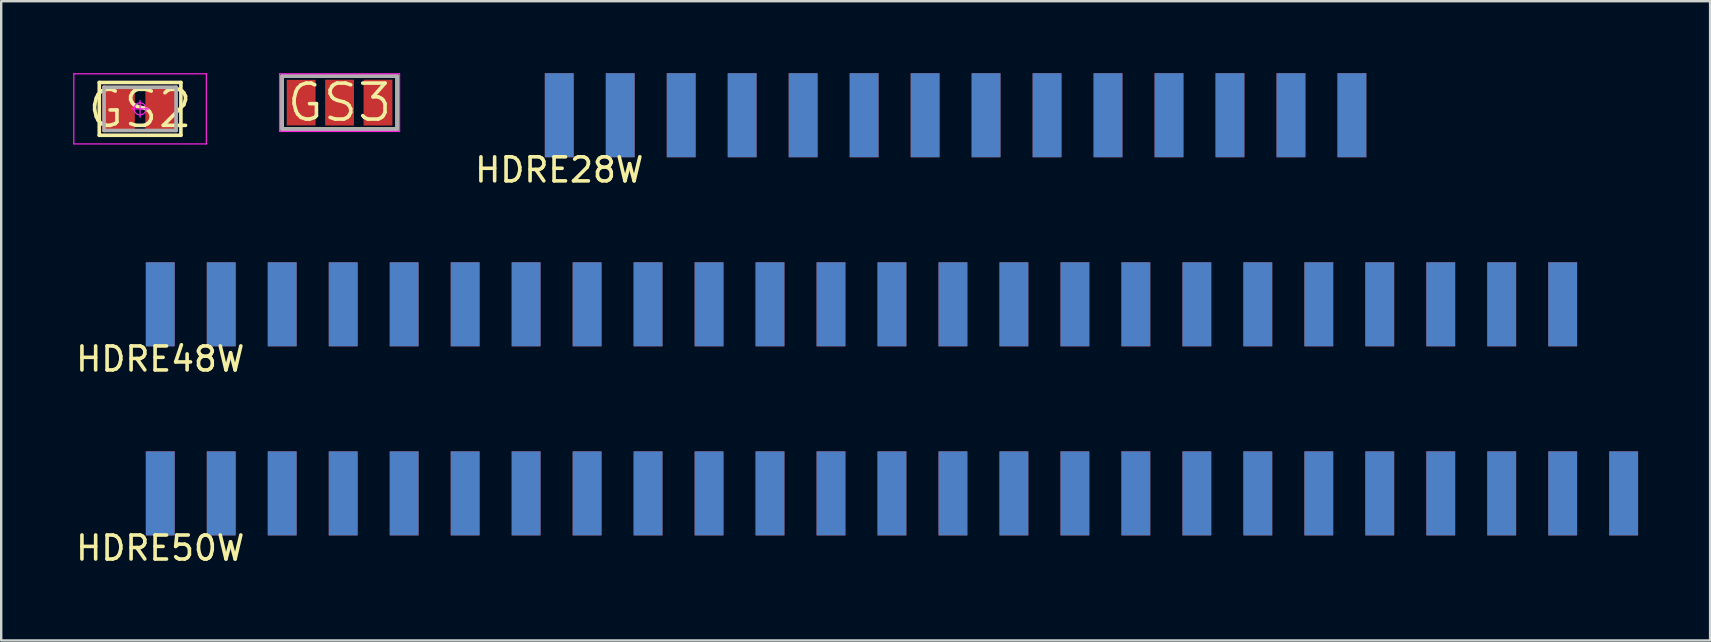
<source format=kicad_pcb>
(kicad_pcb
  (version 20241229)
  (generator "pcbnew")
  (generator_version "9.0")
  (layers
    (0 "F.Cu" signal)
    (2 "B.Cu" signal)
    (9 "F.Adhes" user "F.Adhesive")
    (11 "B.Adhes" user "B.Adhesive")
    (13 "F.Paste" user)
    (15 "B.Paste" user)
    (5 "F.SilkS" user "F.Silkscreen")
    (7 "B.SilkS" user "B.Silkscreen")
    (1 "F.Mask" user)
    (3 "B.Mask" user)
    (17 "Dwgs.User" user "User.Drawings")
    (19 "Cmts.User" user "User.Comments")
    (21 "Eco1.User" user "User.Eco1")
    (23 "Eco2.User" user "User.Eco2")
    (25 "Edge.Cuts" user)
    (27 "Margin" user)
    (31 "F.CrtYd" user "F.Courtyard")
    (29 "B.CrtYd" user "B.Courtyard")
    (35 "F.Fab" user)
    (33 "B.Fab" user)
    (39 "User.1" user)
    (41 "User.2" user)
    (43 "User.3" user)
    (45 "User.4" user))
  (footprint "GS2"
    (layer "F.Cu")
    (at 2.785 1.485)
    (property "Reference" "GS2" (at 0 0 0) (layer "F.SilkS") (effects (font (size 1.5 1.5) (thickness 0.15))))
    (attr smd)
    (fp_line (start -1.7 -1.1) (end -1.7 1.1) (stroke (width 0.15) (type solid)) (layer "F.SilkS"))
    (fp_line (start -1.7 1.1) (end 1.7 1.1) (stroke (width 0.15) (type solid)) (layer "F.SilkS"))
    (fp_line (start 1.7 -1.1) (end -1.7 -1.1) (stroke (width 0.15) (type solid)) (layer "F.SilkS"))
    (fp_line (start 1.7 1.1) (end 1.7 -1.1) (stroke (width 0.15) (type solid)) (layer "F.SilkS"))
    (fp_line (start -2.76 -1.46) (end 2.76 -1.46) (stroke (width 0.05) (type solid)) (layer "F.CrtYd"))
    (fp_line (start -2.76 1.46) (end -2.76 -1.46) (stroke (width 0.05) (type solid)) (layer "F.CrtYd"))
    (fp_line (start 0 -0.35) (end 0 0.35) (stroke (width 0.05) (type solid)) (layer "F.CrtYd"))
    (fp_line (start 0.35 0) (end -0.35 0) (stroke (width 0.05) (type solid)) (layer "F.CrtYd"))
    (fp_line (start 2.76 -1.46) (end 2.76 1.46) (stroke (width 0.05) (type solid)) (layer "F.CrtYd"))
    (fp_line (start 2.76 1.46) (end -2.76 1.46) (stroke (width 0.05) (type solid)) (layer "F.CrtYd"))
    (fp_circle (center 0 0) (end 0 0.25) (stroke (width 0.05) (type solid)) (fill no) (layer "F.CrtYd"))
    (fp_line (start -1.5 -0.9) (end -1.5 0.9) (stroke (width 0.15) (type solid)) (layer "F.Fab"))
    (fp_line (start -1.5 0.9) (end 1.5 0.9) (stroke (width 0.15) (type solid)) (layer "F.Fab"))
    (fp_line (start 1.5 -0.9) (end -1.5 -0.9) (stroke (width 0.15) (type solid)) (layer "F.Fab"))
    (fp_line (start 1.5 0.9) (end 1.5 -0.9) (stroke (width 0.15) (type solid)) (layer "F.Fab"))
    (pad "1" smd rect (at -0.9 0) (size 1.36 1.92) (layers "F.Cu" "F.Mask"))
    (pad "2" smd rect (at 0.9 0) (size 1.36 1.92) (layers "F.Cu" "F.Mask")))
  (footprint "HDRE28W"
    (layer "F.Cu")
    (at 36.755 3.528)
    (property "Reference" "HDRE28W" (at -16.51 0.5 0) (layer "F.SilkS") (effects (font (size 1 1) (thickness 0.15))))
    (attr through_hole)
    (pad "1" smd rect (at -16.51 -1.778) (size 1.2 3.5) (layers "F.Cu" "F.Mask" "F.Paste"))
    (pad "2" smd rect (at -16.51 -1.778) (size 1.2 3.5) (layers "B.Cu" "B.Mask" "B.Paste"))
    (pad "3" smd rect (at -13.97 -1.778) (size 1.2 3.5) (layers "F.Cu" "F.Mask" "F.Paste"))
    (pad "4" smd rect (at -13.97 -1.778) (size 1.2 3.5) (layers "B.Cu" "B.Mask" "B.Paste"))
    (pad "5" smd rect (at -11.43 -1.778) (size 1.2 3.5) (layers "F.Cu" "F.Mask" "F.Paste"))
    (pad "6" smd rect (at -11.43 -1.778) (size 1.2 3.5) (layers "B.Cu" "B.Mask" "B.Paste"))
    (pad "7" smd rect (at -8.89 -1.778) (size 1.2 3.5) (layers "F.Cu" "F.Mask" "F.Paste"))
    (pad "8" smd rect (at -8.89 -1.778) (size 1.2 3.5) (layers "B.Cu" "B.Mask" "B.Paste"))
    (pad "9" smd rect (at -6.35 -1.778) (size 1.2 3.5) (layers "F.Cu" "F.Mask" "F.Paste"))
    (pad "10" smd rect (at -6.35 -1.778) (size 1.2 3.5) (layers "B.Cu" "B.Mask" "B.Paste"))
    (pad "11" smd rect (at -3.81 -1.778) (size 1.2 3.5) (layers "F.Cu" "F.Mask" "F.Paste"))
    (pad "12" smd rect (at -3.81 -1.778) (size 1.2 3.5) (layers "B.Cu" "B.Mask" "B.Paste"))
    (pad "13" smd rect (at -1.27 -1.778) (size 1.2 3.5) (layers "F.Cu" "F.Mask" "F.Paste"))
    (pad "14" smd rect (at -1.27 -1.778) (size 1.2 3.5) (layers "B.Cu" "B.Mask" "B.Paste"))
    (pad "15" smd rect (at 1.27 -1.778) (size 1.2 3.5) (layers "F.Cu" "F.Mask" "F.Paste"))
    (pad "16" smd rect (at 1.27 -1.778) (size 1.2 3.5) (layers "B.Cu" "B.Mask" "B.Paste"))
    (pad "17" smd rect (at 3.81 -1.778) (size 1.2 3.5) (layers "F.Cu" "F.Mask" "F.Paste"))
    (pad "18" smd rect (at 3.81 -1.778) (size 1.2 3.5) (layers "B.Cu" "B.Mask" "B.Paste"))
    (pad "19" smd rect (at 6.35 -1.778) (size 1.2 3.5) (layers "F.Cu" "F.Mask" "F.Paste"))
    (pad "20" smd rect (at 6.35 -1.778) (size 1.2 3.5) (layers "B.Cu" "B.Mask" "B.Paste"))
    (pad "21" smd rect (at 8.89 -1.778) (size 1.2 3.5) (layers "F.Cu" "F.Mask" "F.Paste"))
    (pad "22" smd rect (at 8.89 -1.778) (size 1.2 3.5) (layers "B.Cu" "B.Mask" "B.Paste"))
    (pad "23" smd rect (at 11.43 -1.778) (size 1.2 3.5) (layers "F.Cu" "F.Mask" "F.Paste"))
    (pad "24" smd rect (at 11.43 -1.778) (size 1.2 3.5) (layers "B.Cu" "B.Mask" "B.Paste"))
    (pad "25" smd rect (at 13.97 -1.778) (size 1.2 3.5) (layers "F.Cu" "F.Mask" "F.Paste"))
    (pad "26" smd rect (at 13.97 -1.778) (size 1.2 3.5) (layers "B.Cu" "B.Mask" "B.Paste"))
    (pad "27" smd rect (at 16.51 -1.778) (size 1.2 3.5) (layers "F.Cu" "F.Mask" "F.Paste"))
    (pad "28" smd rect (at 16.51 -1.778) (size 1.2 3.5) (layers "B.Cu" "B.Mask" "B.Paste")))
  (footprint "GS3"
    (layer "F.Cu")
    (at 11.095 1.225)
    (property "Reference" "GS3" (at 0 0 0) (layer "F.SilkS") (effects (font (size 1.5 1.5) (thickness 0.15))))
    (attr smd)
    (fp_line (start -2.4 -1.1) (end -2.4 1.1) (stroke (width 0.15) (type solid)) (layer "F.SilkS"))
    (fp_line (start -2.4 1.1) (end 2.4 1.1) (stroke (width 0.15) (type solid)) (layer "F.SilkS"))
    (fp_line (start 2.4 -1.1) (end -2.4 -1.1) (stroke (width 0.15) (type solid)) (layer "F.SilkS"))
    (fp_line (start 2.4 1.1) (end 2.4 -1.1) (stroke (width 0.15) (type solid)) (layer "F.SilkS"))
    (fp_line (start -2.5 -1.2) (end 2.5 -1.2) (stroke (width 0.05) (type solid)) (layer "F.CrtYd"))
    (fp_line (start -2.5 1.2) (end -2.5 -1.2) (stroke (width 0.05) (type solid)) (layer "F.CrtYd"))
    (fp_line (start 2.5 -1.2) (end 2.5 1.2) (stroke (width 0.05) (type solid)) (layer "F.CrtYd"))
    (fp_line (start 2.5 1.2) (end -2.5 1.2) (stroke (width 0.05) (type solid)) (layer "F.CrtYd"))
    (fp_line (start -2.4 -1.1) (end -2.4 1.1) (stroke (width 0.15) (type solid)) (layer "F.Fab"))
    (fp_line (start -2.4 1.1) (end 2.4 1.1) (stroke (width 0.15) (type solid)) (layer "F.Fab"))
    (fp_line (start 2.4 -1.1) (end -2.4 -1.1) (stroke (width 0.15) (type solid)) (layer "F.Fab"))
    (fp_line (start 2.4 1.1) (end 2.4 -1.1) (stroke (width 0.15) (type solid)) (layer "F.Fab"))
    (pad "1" smd rect (at -1.6 0) (size 1.2 1.9) (layers "F.Cu" "F.Mask"))
    (pad "2" smd rect (at 0 0) (size 1.2 1.91) (layers "F.Cu" "F.Mask"))
    (pad "3" smd rect (at 1.6 0) (size 1.2 1.91) (layers "F.Cu" "F.Mask")))
  (footprint "HDRE50W"
    (layer "F.Cu")
    (at 34.105 19.28)
    (property "Reference" "HDRE50W" (at -30.48 0.5 0) (layer "F.SilkS") (effects (font (size 1 1) (thickness 0.15))))
    (attr through_hole)
    (pad "1" smd rect (at -30.48 -1.778) (size 1.2 3.5) (layers "F.Cu" "F.Mask" "F.Paste"))
    (pad "2" smd rect (at -30.48 -1.778) (size 1.2 3.5) (layers "B.Cu" "B.Mask" "B.Paste"))
    (pad "3" smd rect (at -27.94 -1.778) (size 1.2 3.5) (layers "F.Cu" "F.Mask" "F.Paste"))
    (pad "4" smd rect (at -27.94 -1.778) (size 1.2 3.5) (layers "B.Cu" "B.Mask" "B.Paste"))
    (pad "5" smd rect (at -25.4 -1.778) (size 1.2 3.5) (layers "F.Cu" "F.Mask" "F.Paste"))
    (pad "6" smd rect (at -25.4 -1.778) (size 1.2 3.5) (layers "B.Cu" "B.Mask" "B.Paste"))
    (pad "7" smd rect (at -22.86 -1.778) (size 1.2 3.5) (layers "F.Cu" "F.Mask" "F.Paste"))
    (pad "8" smd rect (at -22.86 -1.778) (size 1.2 3.5) (layers "B.Cu" "B.Mask" "B.Paste"))
    (pad "9" smd rect (at -20.32 -1.778) (size 1.2 3.5) (layers "F.Cu" "F.Mask" "F.Paste"))
    (pad "10" smd rect (at -20.32 -1.778) (size 1.2 3.5) (layers "B.Cu" "B.Mask" "B.Paste"))
    (pad "11" smd rect (at -17.78 -1.778) (size 1.2 3.5) (layers "F.Cu" "F.Mask" "F.Paste"))
    (pad "12" smd rect (at -17.78 -1.778) (size 1.2 3.5) (layers "B.Cu" "B.Mask" "B.Paste"))
    (pad "13" smd rect (at -15.24 -1.778) (size 1.2 3.5) (layers "F.Cu" "F.Mask" "F.Paste"))
    (pad "14" smd rect (at -15.24 -1.778) (size 1.2 3.5) (layers "B.Cu" "B.Mask" "B.Paste"))
    (pad "15" smd rect (at -12.7 -1.778) (size 1.2 3.5) (layers "F.Cu" "F.Mask" "F.Paste"))
    (pad "16" smd rect (at -12.7 -1.778) (size 1.2 3.5) (layers "B.Cu" "B.Mask" "B.Paste"))
    (pad "17" smd rect (at -10.16 -1.778) (size 1.2 3.5) (layers "F.Cu" "F.Mask" "F.Paste"))
    (pad "18" smd rect (at -10.16 -1.778) (size 1.2 3.5) (layers "B.Cu" "B.Mask" "B.Paste"))
    (pad "19" smd rect (at -7.62 -1.778) (size 1.2 3.5) (layers "F.Cu" "F.Mask" "F.Paste"))
    (pad "20" smd rect (at -7.62 -1.778) (size 1.2 3.5) (layers "B.Cu" "B.Mask" "B.Paste"))
    (pad "21" smd rect (at -5.08 -1.778) (size 1.2 3.5) (layers "F.Cu" "F.Mask" "F.Paste"))
    (pad "22" smd rect (at -5.08 -1.778) (size 1.2 3.5) (layers "B.Cu" "B.Mask" "B.Paste"))
    (pad "23" smd rect (at -2.54 -1.778) (size 1.2 3.5) (layers "F.Cu" "F.Mask" "F.Paste"))
    (pad "24" smd rect (at -2.54 -1.778) (size 1.2 3.5) (layers "B.Cu" "B.Mask" "B.Paste"))
    (pad "25" smd rect (at 0 -1.778) (size 1.2 3.5) (layers "F.Cu" "F.Mask" "F.Paste"))
    (pad "26" smd rect (at 0 -1.778) (size 1.2 3.5) (layers "B.Cu" "B.Mask" "B.Paste"))
    (pad "27" smd rect (at 2.54 -1.778) (size 1.2 3.5) (layers "F.Cu" "F.Mask" "F.Paste"))
    (pad "28" smd rect (at 2.54 -1.778) (size 1.2 3.5) (layers "B.Cu" "B.Mask" "B.Paste"))
    (pad "29" smd rect (at 5.08 -1.778) (size 1.2 3.5) (layers "F.Cu" "F.Mask" "F.Paste"))
    (pad "30" smd rect (at 5.08 -1.778) (size 1.2 3.5) (layers "B.Cu" "B.Mask" "B.Paste"))
    (pad "31" smd rect (at 7.62 -1.778) (size 1.2 3.5) (layers "F.Cu" "F.Mask" "F.Paste"))
    (pad "32" smd rect (at 7.62 -1.778) (size 1.2 3.5) (layers "B.Cu" "B.Mask" "B.Paste"))
    (pad "33" smd rect (at 10.16 -1.778) (size 1.2 3.5) (layers "F.Cu" "F.Mask" "F.Paste"))
    (pad "34" smd rect (at 10.16 -1.778) (size 1.2 3.5) (layers "B.Cu" "B.Mask" "B.Paste"))
    (pad "35" smd rect (at 12.7 -1.778) (size 1.2 3.5) (layers "F.Cu" "F.Mask" "F.Paste"))
    (pad "36" smd rect (at 12.7 -1.778) (size 1.2 3.5) (layers "B.Cu" "B.Mask" "B.Paste"))
    (pad "37" smd rect (at 15.24 -1.778) (size 1.2 3.5) (layers "F.Cu" "F.Mask" "F.Paste"))
    (pad "38" smd rect (at 15.24 -1.778) (size 1.2 3.5) (layers "B.Cu" "B.Mask" "B.Paste"))
    (pad "39" smd rect (at 17.78 -1.778) (size 1.2 3.5) (layers "F.Cu" "F.Mask" "F.Paste"))
    (pad "40" smd rect (at 17.78 -1.778) (size 1.2 3.5) (layers "B.Cu" "B.Mask" "B.Paste"))
    (pad "41" smd rect (at 20.32 -1.778) (size 1.2 3.5) (layers "F.Cu" "F.Mask" "F.Paste"))
    (pad "42" smd rect (at 20.32 -1.778) (size 1.2 3.5) (layers "B.Cu" "B.Mask" "B.Paste"))
    (pad "43" smd rect (at 22.86 -1.778) (size 1.2 3.5) (layers "F.Cu" "F.Mask" "F.Paste"))
    (pad "44" smd rect (at 22.86 -1.778) (size 1.2 3.5) (layers "B.Cu" "B.Mask" "B.Paste"))
    (pad "45" smd rect (at 25.4 -1.778) (size 1.2 3.5) (layers "F.Cu" "F.Mask" "F.Paste"))
    (pad "46" smd rect (at 25.4 -1.778) (size 1.2 3.5) (layers "B.Cu" "B.Mask" "B.Paste"))
    (pad "47" smd rect (at 27.94 -1.778) (size 1.2 3.5) (layers "F.Cu" "F.Mask" "F.Paste"))
    (pad "48" smd rect (at 27.94 -1.778) (size 1.2 3.5) (layers "B.Cu" "B.Mask" "B.Paste"))
    (pad "49" smd rect (at 30.48 -1.778) (size 1.2 3.5) (layers "F.Cu" "F.Mask" "F.Paste"))
    (pad "50" smd rect (at 30.48 -1.778) (size 1.2 3.5) (layers "B.Cu" "B.Mask" "B.Paste")))
  (footprint "HDRE48W"
    (layer "F.Cu")
    (at 32.835 11.404)
    (property "Reference" "HDRE48W" (at -29.21 0.5 0) (layer "F.SilkS") (effects (font (size 1 1) (thickness 0.15))))
    (attr through_hole)
    (pad "1" smd rect (at -29.21 -1.778) (size 1.2 3.5) (layers "F.Cu" "F.Mask" "F.Paste"))
    (pad "2" smd rect (at -29.21 -1.778) (size 1.2 3.5) (layers "B.Cu" "B.Mask" "B.Paste"))
    (pad "3" smd rect (at -26.67 -1.778) (size 1.2 3.5) (layers "F.Cu" "F.Mask" "F.Paste"))
    (pad "4" smd rect (at -26.67 -1.778) (size 1.2 3.5) (layers "B.Cu" "B.Mask" "B.Paste"))
    (pad "5" smd rect (at -24.13 -1.778) (size 1.2 3.5) (layers "F.Cu" "F.Mask" "F.Paste"))
    (pad "6" smd rect (at -24.13 -1.778) (size 1.2 3.5) (layers "B.Cu" "B.Mask" "B.Paste"))
    (pad "7" smd rect (at -21.59 -1.778) (size 1.2 3.5) (layers "F.Cu" "F.Mask" "F.Paste"))
    (pad "8" smd rect (at -21.59 -1.778) (size 1.2 3.5) (layers "B.Cu" "B.Mask" "B.Paste"))
    (pad "9" smd rect (at -19.05 -1.778) (size 1.2 3.5) (layers "F.Cu" "F.Mask" "F.Paste"))
    (pad "10" smd rect (at -19.05 -1.778) (size 1.2 3.5) (layers "B.Cu" "B.Mask" "B.Paste"))
    (pad "11" smd rect (at -16.51 -1.778) (size 1.2 3.5) (layers "F.Cu" "F.Mask" "F.Paste"))
    (pad "12" smd rect (at -16.51 -1.778) (size 1.2 3.5) (layers "B.Cu" "B.Mask" "B.Paste"))
    (pad "13" smd rect (at -13.97 -1.778) (size 1.2 3.5) (layers "F.Cu" "F.Mask" "F.Paste"))
    (pad "14" smd rect (at -13.97 -1.778) (size 1.2 3.5) (layers "B.Cu" "B.Mask" "B.Paste"))
    (pad "15" smd rect (at -11.43 -1.778) (size 1.2 3.5) (layers "F.Cu" "F.Mask" "F.Paste"))
    (pad "16" smd rect (at -11.43 -1.778) (size 1.2 3.5) (layers "B.Cu" "B.Mask" "B.Paste"))
    (pad "17" smd rect (at -8.89 -1.778) (size 1.2 3.5) (layers "F.Cu" "F.Mask" "F.Paste"))
    (pad "18" smd rect (at -8.89 -1.778) (size 1.2 3.5) (layers "B.Cu" "B.Mask" "B.Paste"))
    (pad "19" smd rect (at -6.35 -1.778) (size 1.2 3.5) (layers "F.Cu" "F.Mask" "F.Paste"))
    (pad "20" smd rect (at -6.35 -1.778) (size 1.2 3.5) (layers "B.Cu" "B.Mask" "B.Paste"))
    (pad "21" smd rect (at -3.81 -1.778) (size 1.2 3.5) (layers "F.Cu" "F.Mask" "F.Paste"))
    (pad "22" smd rect (at -3.81 -1.778) (size 1.2 3.5) (layers "B.Cu" "B.Mask" "B.Paste"))
    (pad "23" smd rect (at -1.27 -1.778) (size 1.2 3.5) (layers "F.Cu" "F.Mask" "F.Paste"))
    (pad "24" smd rect (at -1.27 -1.778) (size 1.2 3.5) (layers "B.Cu" "B.Mask" "B.Paste"))
    (pad "25" smd rect (at 1.27 -1.778) (size 1.2 3.5) (layers "F.Cu" "F.Mask" "F.Paste"))
    (pad "26" smd rect (at 1.27 -1.778) (size 1.2 3.5) (layers "B.Cu" "B.Mask" "B.Paste"))
    (pad "27" smd rect (at 3.81 -1.778) (size 1.2 3.5) (layers "F.Cu" "F.Mask" "F.Paste"))
    (pad "28" smd rect (at 3.81 -1.778) (size 1.2 3.5) (layers "B.Cu" "B.Mask" "B.Paste"))
    (pad "29" smd rect (at 6.35 -1.778) (size 1.2 3.5) (layers "F.Cu" "F.Mask" "F.Paste"))
    (pad "30" smd rect (at 6.35 -1.778) (size 1.2 3.5) (layers "B.Cu" "B.Mask" "B.Paste"))
    (pad "31" smd rect (at 8.89 -1.778) (size 1.2 3.5) (layers "F.Cu" "F.Mask" "F.Paste"))
    (pad "32" smd rect (at 8.89 -1.778) (size 1.2 3.5) (layers "B.Cu" "B.Mask" "B.Paste"))
    (pad "33" smd rect (at 11.43 -1.778) (size 1.2 3.5) (layers "F.Cu" "F.Mask" "F.Paste"))
    (pad "34" smd rect (at 11.43 -1.778) (size 1.2 3.5) (layers "B.Cu" "B.Mask" "B.Paste"))
    (pad "35" smd rect (at 13.97 -1.778) (size 1.2 3.5) (layers "F.Cu" "F.Mask" "F.Paste"))
    (pad "36" smd rect (at 13.97 -1.778) (size 1.2 3.5) (layers "B.Cu" "B.Mask" "B.Paste"))
    (pad "37" smd rect (at 16.51 -1.778) (size 1.2 3.5) (layers "F.Cu" "F.Mask" "F.Paste"))
    (pad "38" smd rect (at 16.51 -1.778) (size 1.2 3.5) (layers "B.Cu" "B.Mask" "B.Paste"))
    (pad "39" smd rect (at 19.05 -1.778) (size 1.2 3.5) (layers "F.Cu" "F.Mask" "F.Paste"))
    (pad "40" smd rect (at 19.05 -1.778) (size 1.2 3.5) (layers "B.Cu" "B.Mask" "B.Paste"))
    (pad "41" smd rect (at 21.59 -1.778) (size 1.2 3.5) (layers "F.Cu" "F.Mask" "F.Paste"))
    (pad "42" smd rect (at 21.59 -1.778) (size 1.2 3.5) (layers "B.Cu" "B.Mask" "B.Paste"))
    (pad "43" smd rect (at 24.13 -1.778) (size 1.2 3.5) (layers "F.Cu" "F.Mask" "F.Paste"))
    (pad "44" smd rect (at 24.13 -1.778) (size 1.2 3.5) (layers "B.Cu" "B.Mask" "B.Paste"))
    (pad "45" smd rect (at 26.67 -1.778) (size 1.2 3.5) (layers "F.Cu" "F.Mask" "F.Paste"))
    (pad "46" smd rect (at 26.67 -1.778) (size 1.2 3.5) (layers "B.Cu" "B.Mask" "B.Paste"))
    (pad "47" smd rect (at 29.21 -1.778) (size 1.2 3.5) (layers "F.Cu" "F.Mask" "F.Paste"))
    (pad "48" smd rect (at 29.21 -1.778) (size 1.2 3.5) (layers "B.Cu" "B.Mask" "B.Paste")))
  (gr_rect
    (start -3 -3)
    (end 68.185 23.629)
    (stroke (width 0.1) (type default))
    (fill no)
    (layer "Edge.Cuts")))
</source>
